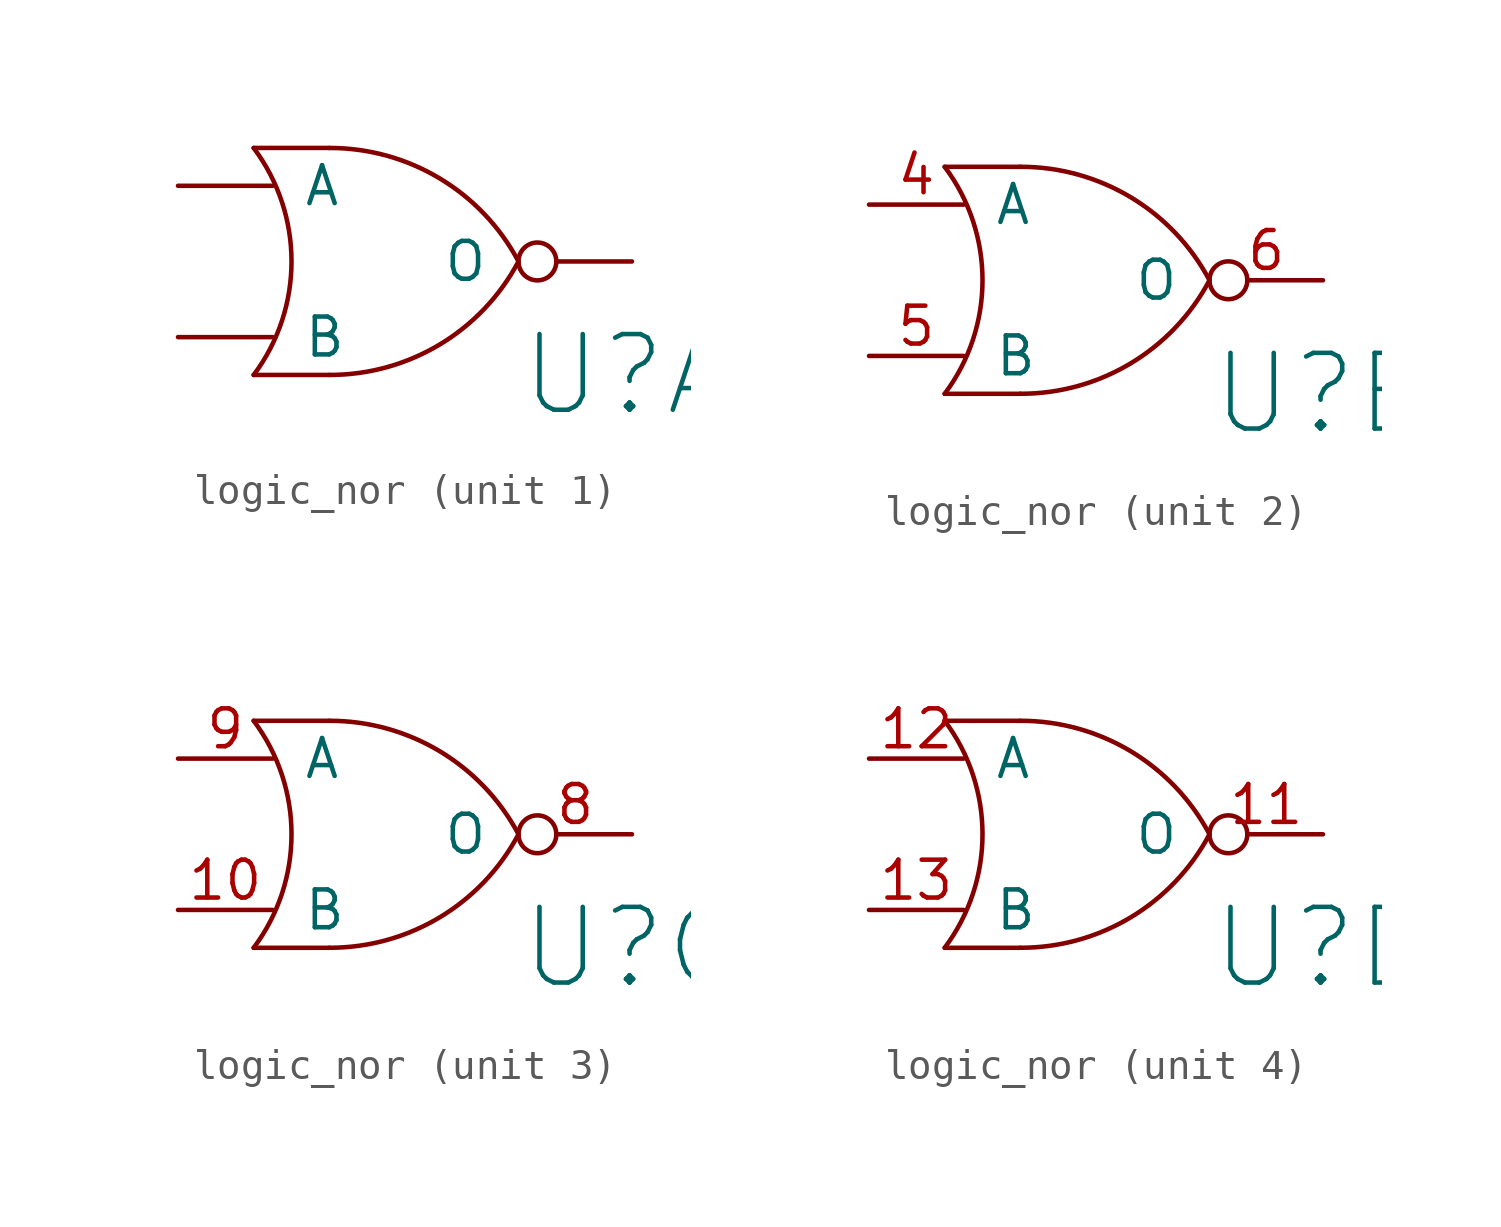
<source format=kicad_sym>
(kicad_symbol_lib
  (version 20211014)
  (generator kicad_symbol_editor)
  (symbol "logic_nor"
    (pin_names
      (offset 1.016))
    (property "Reference" "U"
      (at 11.43 -6.35 0)
      (effects (font (size 2.54 2.54)) (justify left)))
    (symbol "logic_nor_0_1"
      (polyline (pts (xy 2.54 -6.35) (xy 5.08 -6.35)) (stroke (width 0) (type default) (color 0 0 0 0)) (fill (type none)))
      (polyline (pts (xy 5.08 1.27) (xy 2.54 1.27)) (stroke (width 0) (type default) (color 0 0 0 0)) (fill (type none)))
      (arc (start 2.54 -6.35) (mid 3.81 -2.54) (end 2.54 1.27) (stroke (width 0) (type default) (color 0 0 0 0)) (fill (type none)))
      (arc (start 5.08 -6.35) (mid 8.784 -5.3291) (end 11.43 -2.54) (stroke (width 0) (type default) (color 0 0 0 0)) (fill (type none)))
      (arc (start 11.43 -2.54) (mid 8.7865 0.2471) (end 5.08 1.27) (stroke (width 0) (type default) (color 0 0 0 0)) (fill (type none))))
    (symbol "logic_nor_1_1"
      (pin input line (at 0 0 0) (length 3.175) (name "A" (effects (font (size 1.27 1.27)))) (number "~" (effects (font (size 1.27 1.27)))))
      (pin input line (at 0 -5.08 0) (length 3.175) (name "B" (effects (font (size 1.27 1.27)))) (number "~" (effects (font (size 1.27 1.27)))))
      (pin output inverted (at 15.24 -2.54 180) (length 3.81) (name "O" (effects (font (size 1.27 1.27)))) (number "~" (effects (font (size 1.27 1.27))))))
    (symbol "logic_nor_2_1"
      (pin input line (at 0 0 0) (length 3.175) (name "A" (effects (font (size 1.27 1.27)))) (number "4" (effects (font (size 1.27 1.27)))))
      (pin input line (at 0 -5.08 0) (length 3.175) (name "B" (effects (font (size 1.27 1.27)))) (number "5" (effects (font (size 1.27 1.27)))))
      (pin output inverted (at 15.24 -2.54 180) (length 3.81) (name "O" (effects (font (size 1.27 1.27)))) (number "6" (effects (font (size 1.27 1.27))))))
    (symbol "logic_nor_3_1"
      (pin input line (at 0 -5.08 0) (length 3.175) (name "B" (effects (font (size 1.27 1.27)))) (number "10" (effects (font (size 1.27 1.27)))))
      (pin output inverted (at 15.24 -2.54 180) (length 3.81) (name "O" (effects (font (size 1.27 1.27)))) (number "8" (effects (font (size 1.27 1.27)))))
      (pin input line (at 0 0 0) (length 3.175) (name "A" (effects (font (size 1.27 1.27)))) (number "9" (effects (font (size 1.27 1.27))))))
    (symbol "logic_nor_4_1"
      (pin output inverted (at 15.24 -2.54 180) (length 3.81) (name "O" (effects (font (size 1.27 1.27)))) (number "11" (effects (font (size 1.27 1.27)))))
      (pin input line (at 0 0 0) (length 3.175) (name "A" (effects (font (size 1.27 1.27)))) (number "12" (effects (font (size 1.27 1.27)))))
      (pin input line (at 0 -5.08 0) (length 3.175) (name "B" (effects (font (size 1.27 1.27)))) (number "13" (effects (font (size 1.27 1.27))))))))
</source>
